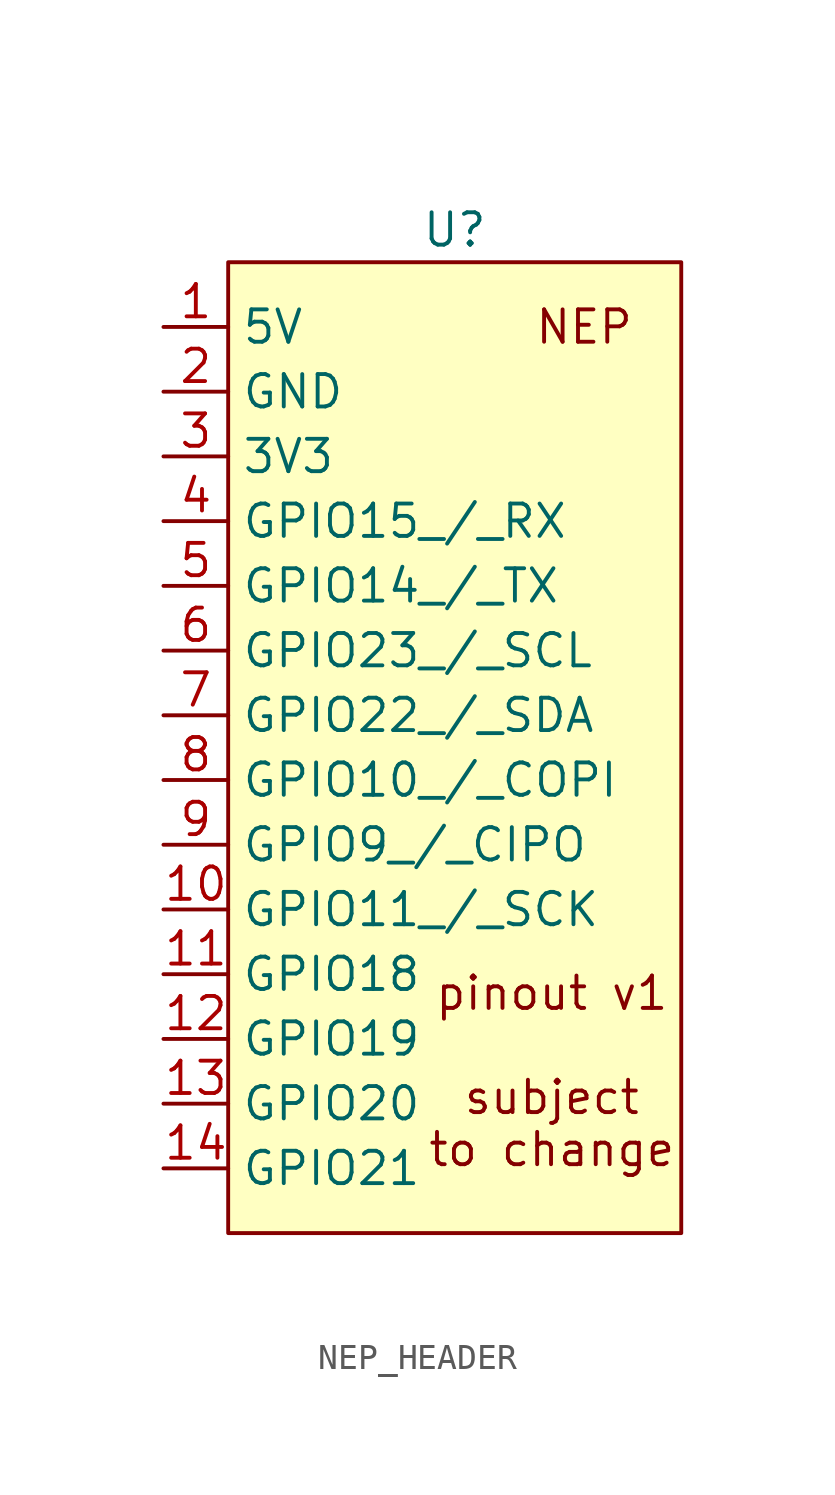
<source format=kicad_sym>
(kicad_symbol_lib
  (version 20220914)
  (generator kicad_symbol_editor)
  (symbol "NEP_HEADER"
    (property "Reference" "U"
      (at 2.54 20.32 0)
      (effects (font (size 1.27 1.27))))
    (property "Value" ""
      (at -3.81 3.81 0)
      (effects (font (size 1.27 1.27))))
    (symbol "NEP_HEADER_1_1"
      (rectangle (start -6.35 19.05) (end 11.43 -19.05) (stroke (width 0) (type default)) (fill (type background)))
      (text "NEP" (at 7.62 16.51 0) (effects (font (size 1.27 1.27))))
      (text "pinout v1\n\nsubject\nto change" (at 6.35 -12.7 0) (effects (font (size 1.27 1.27))))
      (pin input line (at -8.89 16.51 0) (length 2.54) (name "5V" (effects (font (size 1.27 1.27)))) (number "1" (effects (font (size 1.27 1.27)))))
      (pin input line (at -8.89 -6.35 0) (length 2.54) (name "GPIO11_/_SCK" (effects (font (size 1.27 1.27)))) (number "10" (effects (font (size 1.27 1.27)))))
      (pin input line (at -8.89 -8.89 0) (length 2.54) (name "GPIO18" (effects (font (size 1.27 1.27)))) (number "11" (effects (font (size 1.27 1.27)))))
      (pin input line (at -8.89 -11.43 0) (length 2.54) (name "GPIO19" (effects (font (size 1.27 1.27)))) (number "12" (effects (font (size 1.27 1.27)))))
      (pin input line (at -8.89 -13.97 0) (length 2.54) (name "GPIO20" (effects (font (size 1.27 1.27)))) (number "13" (effects (font (size 1.27 1.27)))))
      (pin input line (at -8.89 -16.51 0) (length 2.54) (name "GPIO21" (effects (font (size 1.27 1.27)))) (number "14" (effects (font (size 1.27 1.27)))))
      (pin input line (at -8.89 13.97 0) (length 2.54) (name "GND" (effects (font (size 1.27 1.27)))) (number "2" (effects (font (size 1.27 1.27)))))
      (pin input line (at -8.89 11.43 0) (length 2.54) (name "3V3" (effects (font (size 1.27 1.27)))) (number "3" (effects (font (size 1.27 1.27)))))
      (pin input line (at -8.89 8.89 0) (length 2.54) (name "GPIO15_/_RX" (effects (font (size 1.27 1.27)))) (number "4" (effects (font (size 1.27 1.27)))))
      (pin input line (at -8.89 6.35 0) (length 2.54) (name "GPIO14_/_TX" (effects (font (size 1.27 1.27)))) (number "5" (effects (font (size 1.27 1.27)))))
      (pin input line (at -8.89 3.81 0) (length 2.54) (name "GPIO23_/_SCL" (effects (font (size 1.27 1.27)))) (number "6" (effects (font (size 1.27 1.27)))))
      (pin input line (at -8.89 1.27 0) (length 2.54) (name "GPIO22_/_SDA" (effects (font (size 1.27 1.27)))) (number "7" (effects (font (size 1.27 1.27)))))
      (pin input line (at -8.89 -1.27 0) (length 2.54) (name "GPIO10_/_COPI" (effects (font (size 1.27 1.27)))) (number "8" (effects (font (size 1.27 1.27)))))
      (pin input line (at -8.89 -3.81 0) (length 2.54) (name "GPIO9_/_CIPO" (effects (font (size 1.27 1.27)))) (number "9" (effects (font (size 1.27 1.27))))))))
</source>
